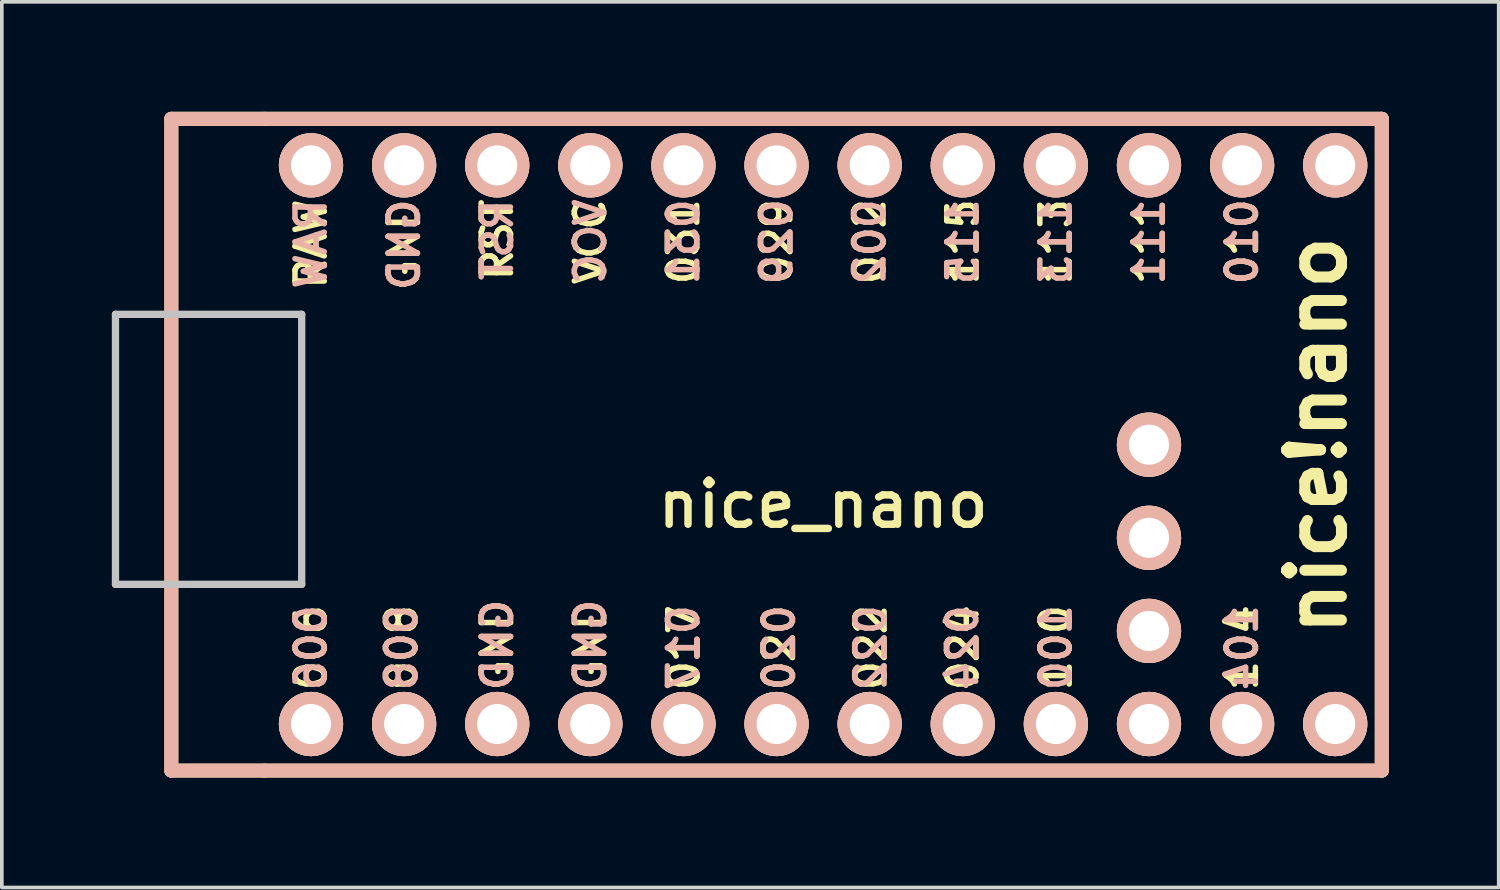
<source format=kicad_pcb>
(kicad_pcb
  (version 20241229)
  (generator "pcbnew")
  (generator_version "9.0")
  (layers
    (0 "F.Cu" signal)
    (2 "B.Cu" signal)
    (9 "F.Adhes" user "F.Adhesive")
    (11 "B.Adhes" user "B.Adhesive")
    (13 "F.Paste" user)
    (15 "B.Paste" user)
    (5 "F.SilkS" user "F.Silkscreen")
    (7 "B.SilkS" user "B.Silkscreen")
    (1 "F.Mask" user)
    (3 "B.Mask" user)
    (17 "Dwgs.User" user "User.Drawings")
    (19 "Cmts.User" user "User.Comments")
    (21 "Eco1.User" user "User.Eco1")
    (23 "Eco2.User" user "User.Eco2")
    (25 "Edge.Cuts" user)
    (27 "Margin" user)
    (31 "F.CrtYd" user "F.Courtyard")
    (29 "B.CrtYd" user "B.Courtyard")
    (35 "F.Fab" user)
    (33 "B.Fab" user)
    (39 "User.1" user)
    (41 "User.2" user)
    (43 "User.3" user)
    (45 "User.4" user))
  (footprint "nice_nano"
    (layer "F.Cu")
    (at 19.404 9.081)
    (property "Reference" "nice_nano" (at 0 1.625 0) (layer "F.SilkS") (effects (font (size 1.2 1.2) (thickness 0.203))))
    (attr through_hole)
    (fp_line (start -17.78 -8.89) (end -17.78 8.89) (stroke (width 0.381) (type solid)) (layer "F.SilkS"))
    (fp_line (start -17.78 8.89) (end -15.24 8.89) (stroke (width 0.381) (type solid)) (layer "F.SilkS"))
    (fp_line (start -15.24 -8.89) (end -17.78 -8.89) (stroke (width 0.381) (type solid)) (layer "F.SilkS"))
    (fp_line (start -15.24 8.89) (end 15.24 8.89) (stroke (width 0.381) (type solid)) (layer "F.SilkS"))
    (fp_line (start 15.24 -8.89) (end -15.24 -8.89) (stroke (width 0.381) (type solid)) (layer "F.SilkS"))
    (fp_line (start 15.24 8.89) (end 15.24 -8.89) (stroke (width 0.381) (type solid)) (layer "F.SilkS"))
    (fp_line (start -17.78 -8.89) (end -17.78 8.89) (stroke (width 0.381) (type solid)) (layer "B.SilkS"))
    (fp_line (start -17.78 8.89) (end 15.24 8.89) (stroke (width 0.381) (type solid)) (layer "B.SilkS"))
    (fp_line (start 15.24 -8.89) (end -17.78 -8.89) (stroke (width 0.381) (type solid)) (layer "B.SilkS"))
    (fp_line (start 15.24 8.89) (end 15.24 -8.89) (stroke (width 0.381) (type solid)) (layer "B.SilkS"))
    (fp_line (start -19.304 -3.556) (end -14.224 -3.556) (stroke (width 0.2) (type solid)) (layer "Dwgs.User"))
    (fp_line (start -19.304 3.81) (end -19.304 -3.556) (stroke (width 0.2) (type solid)) (layer "Dwgs.User"))
    (fp_line (start -14.224 -3.556) (end -14.224 3.81) (stroke (width 0.2) (type solid)) (layer "Dwgs.User"))
    (fp_line (start -14.224 3.81) (end -19.304 3.81) (stroke (width 0.2) (type solid)) (layer "Dwgs.User"))
    (fp_text user "100" (at 6.35 5.537 90) (layer "F.SilkS") (effects (font (size 0.8 0.8) (thickness 0.15))))
    (fp_text user "RAW" (at -13.97 -5.474 90) (layer "F.SilkS") (effects (font (size 0.8 0.8) (thickness 0.15))))
    (fp_text user "006" (at -13.97 5.537 90) (layer "F.SilkS") (effects (font (size 0.8 0.8) (thickness 0.15))))
    (fp_text user "002" (at 1.27 -5.537 90) (layer "F.SilkS") (effects (font (size 0.8 0.8) (thickness 0.15))))
    (fp_text user "104" (at 11.43 5.537 90) (layer "F.SilkS") (effects (font (size 0.8 0.8) (thickness 0.15))))
    (fp_text user "010" (at 11.43 -5.537 90) (layer "F.SilkS") (effects (font (size 0.8 0.8) (thickness 0.15))))
    (fp_text user "RST" (at -8.89 -5.588 90) (layer "F.SilkS") (effects (font (size 0.8 0.8) (thickness 0.15))))
    (fp_text user "020" (at -1.2 5.537 90) (layer "F.SilkS") (effects (font (size 0.8 0.8) (thickness 0.15))))
    (fp_text user "022" (at 1.3 5.537 90) (layer "F.SilkS") (effects (font (size 0.8 0.8) (thickness 0.15))))
    (fp_text user "VCC" (at -6.35 -5.537 90) (layer "F.SilkS") (effects (font (size 0.8 0.8) (thickness 0.15))))
    (fp_text user "GND" (at -11.43 -5.455 90) (layer "F.SilkS") (effects (font (size 0.8 0.8) (thickness 0.15))))
    (fp_text user "nice!nano" (at 13.462 -0.254 90) (layer "F.SilkS") (effects (font (size 1.5 1.5) (thickness 0.3))))
    (fp_text user "GND" (at -8.89 5.461 90) (layer "F.SilkS") (effects (font (size 0.8 0.8) (thickness 0.15))))
    (fp_text user "GND" (at -6.35 5.461 90) (layer "F.SilkS") (effects (font (size 0.8 0.8) (thickness 0.15))))
    (fp_text user "029" (at -1.27 -5.537 90) (layer "F.SilkS") (effects (font (size 0.8 0.8) (thickness 0.15))))
    (fp_text user "113" (at 6.35 -5.537 90) (layer "F.SilkS") (effects (font (size 0.8 0.8) (thickness 0.15))))
    (fp_text user "008" (at -11.5 5.537 90) (layer "F.SilkS") (effects (font (size 0.8 0.8) (thickness 0.15))))
    (fp_text user "024" (at 3.81 5.537 90) (layer "F.SilkS") (effects (font (size 0.8 0.8) (thickness 0.15))))
    (fp_text user "115" (at 3.81 -5.537 90) (layer "F.SilkS") (effects (font (size 0.8 0.8) (thickness 0.15))))
    (fp_text user "111" (at 8.89 -5.537 90) (layer "F.SilkS") (effects (font (size 0.8 0.8) (thickness 0.15))))
    (fp_text user "031" (at -3.81 -5.537 90) (layer "F.SilkS") (effects (font (size 0.8 0.8) (thickness 0.15))))
    (fp_text user "017" (at -3.8 5.537 90) (layer "F.SilkS") (effects (font (size 0.8 0.8) (thickness 0.15))))
    (fp_text user "RST" (at -8.89 -5.588 90) (layer "B.SilkS") (effects (font (size 0.8 0.8) (thickness 0.15)) (justify mirror)))
    (fp_text user "002" (at 1.27 -5.537 90) (layer "B.SilkS") (effects (font (size 0.8 0.8) (thickness 0.15)) (justify mirror)))
    (fp_text user "010" (at 11.43 -5.537 90) (layer "B.SilkS") (effects (font (size 0.8 0.8) (thickness 0.15)) (justify mirror)))
    (fp_text user "GND" (at -6.35 5.461 90) (layer "B.SilkS") (effects (font (size 0.8 0.8) (thickness 0.15)) (justify mirror)))
    (fp_text user "GND" (at -11.43 -5.455 90) (layer "B.SilkS") (effects (font (size 0.8 0.8) (thickness 0.15)) (justify mirror)))
    (fp_text user "GND" (at -8.89 5.461 90) (layer "B.SilkS") (effects (font (size 0.8 0.8) (thickness 0.15)) (justify mirror)))
    (fp_text user "VCC" (at -6.35 -5.537 90) (layer "B.SilkS") (effects (font (size 0.8 0.8) (thickness 0.15)) (justify mirror)))
    (fp_text user "115" (at 3.81 -5.537 90) (layer "B.SilkS") (effects (font (size 0.8 0.8) (thickness 0.15)) (justify mirror)))
    (fp_text user "031" (at -3.81 -5.537 90) (layer "B.SilkS") (effects (font (size 0.8 0.8) (thickness 0.15)) (justify mirror)))
    (fp_text user "029" (at -1.27 -5.537 90) (layer "B.SilkS") (effects (font (size 0.8 0.8) (thickness 0.15)) (justify mirror)))
    (fp_text user "RAW" (at -13.97 -5.474 90) (layer "B.SilkS") (effects (font (size 0.8 0.8) (thickness 0.15)) (justify mirror)))
    (fp_text user "020" (at -1.2 5.537 90) (layer "B.SilkS") (effects (font (size 0.8 0.8) (thickness 0.15)) (justify mirror)))
    (fp_text user "100" (at 6.35 5.537 90) (layer "B.SilkS") (effects (font (size 0.8 0.8) (thickness 0.15)) (justify mirror)))
    (fp_text user "017" (at -3.81 5.537 90) (layer "B.SilkS") (effects (font (size 0.8 0.8) (thickness 0.15)) (justify mirror)))
    (fp_text user "111" (at 8.89 -5.537 90) (layer "B.SilkS") (effects (font (size 0.8 0.8) (thickness 0.15)) (justify mirror)))
    (fp_text user "008" (at -11.5 5.537 90) (layer "B.SilkS") (effects (font (size 0.8 0.8) (thickness 0.15)) (justify mirror)))
    (fp_text user "113" (at 6.35 -5.537 90) (layer "B.SilkS") (effects (font (size 0.8 0.8) (thickness 0.15)) (justify mirror)))
    (fp_text user "104" (at 11.43 5.537 90) (layer "B.SilkS") (effects (font (size 0.8 0.8) (thickness 0.15)) (justify mirror)))
    (fp_text user "024" (at 3.8 5.537 90) (layer "B.SilkS") (effects (font (size 0.8 0.8) (thickness 0.15)) (justify mirror)))
    (fp_text user "022" (at 1.3 5.537 90) (layer "B.SilkS") (effects (font (size 0.8 0.8) (thickness 0.15)) (justify mirror)))
    (fp_text user "006" (at -13.97 5.537 90) (layer "B.SilkS") (effects (font (size 0.8 0.8) (thickness 0.15)) (justify mirror)))
    (pad "1" thru_hole circle (at -13.97 7.62) (size 1.753 1.753) (drill 1.092) (layers "*.Cu" "*.SilkS" "*.Mask"))
    (pad "2" thru_hole circle (at -11.43 7.62) (size 1.753 1.753) (drill 1.092) (layers "*.Cu" "*.SilkS" "*.Mask"))
    (pad "3" thru_hole circle (at -8.89 7.62) (size 1.753 1.753) (drill 1.092) (layers "*.Cu" "*.SilkS" "*.Mask"))
    (pad "4" thru_hole circle (at -6.35 7.62) (size 1.753 1.753) (drill 1.092) (layers "*.Cu" "*.SilkS" "*.Mask"))
    (pad "5" thru_hole circle (at -3.81 7.62) (size 1.753 1.753) (drill 1.092) (layers "*.Cu" "*.SilkS" "*.Mask"))
    (pad "6" thru_hole circle (at -1.27 7.62) (size 1.753 1.753) (drill 1.092) (layers "*.Cu" "*.SilkS" "*.Mask"))
    (pad "7" thru_hole circle (at 1.27 7.62) (size 1.753 1.753) (drill 1.092) (layers "*.Cu" "*.SilkS" "*.Mask"))
    (pad "8" thru_hole circle (at 3.81 7.62) (size 1.753 1.753) (drill 1.092) (layers "*.Cu" "*.SilkS" "*.Mask"))
    (pad "9" thru_hole circle (at 6.35 7.62) (size 1.753 1.753) (drill 1.092) (layers "*.Cu" "*.SilkS" "*.Mask"))
    (pad "10" thru_hole circle (at 8.89 7.62) (size 1.753 1.753) (drill 1.092) (layers "*.Cu" "*.SilkS" "*.Mask"))
    (pad "11" thru_hole circle (at 11.43 7.62) (size 1.753 1.753) (drill 1.092) (layers "*.Cu" "*.SilkS" "*.Mask"))
    (pad "12" thru_hole circle (at 13.97 7.62) (size 1.753 1.753) (drill 1.092) (layers "*.Cu" "*.SilkS" "*.Mask"))
    (pad "13" thru_hole circle (at 13.97 -7.62) (size 1.753 1.753) (drill 1.092) (layers "*.Cu" "*.SilkS" "*.Mask"))
    (pad "14" thru_hole circle (at 11.43 -7.62) (size 1.753 1.753) (drill 1.092) (layers "*.Cu" "*.SilkS" "*.Mask"))
    (pad "15" thru_hole circle (at 8.89 -7.62) (size 1.753 1.753) (drill 1.092) (layers "*.Cu" "*.SilkS" "*.Mask"))
    (pad "16" thru_hole circle (at 6.35 -7.62) (size 1.753 1.753) (drill 1.092) (layers "*.Cu" "*.SilkS" "*.Mask"))
    (pad "17" thru_hole circle (at 3.81 -7.62) (size 1.753 1.753) (drill 1.092) (layers "*.Cu" "*.SilkS" "*.Mask"))
    (pad "18" thru_hole circle (at 1.27 -7.62) (size 1.753 1.753) (drill 1.092) (layers "*.Cu" "*.SilkS" "*.Mask"))
    (pad "19" thru_hole circle (at -1.27 -7.62) (size 1.753 1.753) (drill 1.092) (layers "*.Cu" "*.SilkS" "*.Mask"))
    (pad "20" thru_hole circle (at -3.81 -7.62) (size 1.753 1.753) (drill 1.092) (layers "*.Cu" "*.SilkS" "*.Mask"))
    (pad "21" thru_hole circle (at -6.35 -7.62) (size 1.753 1.753) (drill 1.092) (layers "*.Cu" "*.SilkS" "*.Mask"))
    (pad "22" thru_hole circle (at -8.89 -7.62) (size 1.753 1.753) (drill 1.092) (layers "*.Cu" "*.SilkS" "*.Mask"))
    (pad "23" thru_hole circle (at -11.43 -7.62) (size 1.753 1.753) (drill 1.092) (layers "*.Cu" "*.SilkS" "*.Mask"))
    (pad "24" thru_hole circle (at -13.97 -7.62) (size 1.753 1.753) (drill 1.092) (layers "*.Cu" "*.SilkS" "*.Mask"))
    (pad "31" thru_hole circle (at 8.89 5.08) (size 1.753 1.753) (drill 1.092) (layers "*.Cu" "*.SilkS" "*.Mask"))
    (pad "32" thru_hole circle (at 8.89 2.54) (size 1.753 1.753) (drill 1.092) (layers "*.Cu" "*.SilkS" "*.Mask"))
    (pad "33" thru_hole circle (at 8.89 0) (size 1.753 1.753) (drill 1.092) (layers "*.Cu" "*.SilkS" "*.Mask")))
  (gr_rect
    (start -3 -3)
    (end 37.834 21.161)
    (stroke (width 0.1) (type default))
    (fill no)
    (layer "Edge.Cuts")))
</source>
